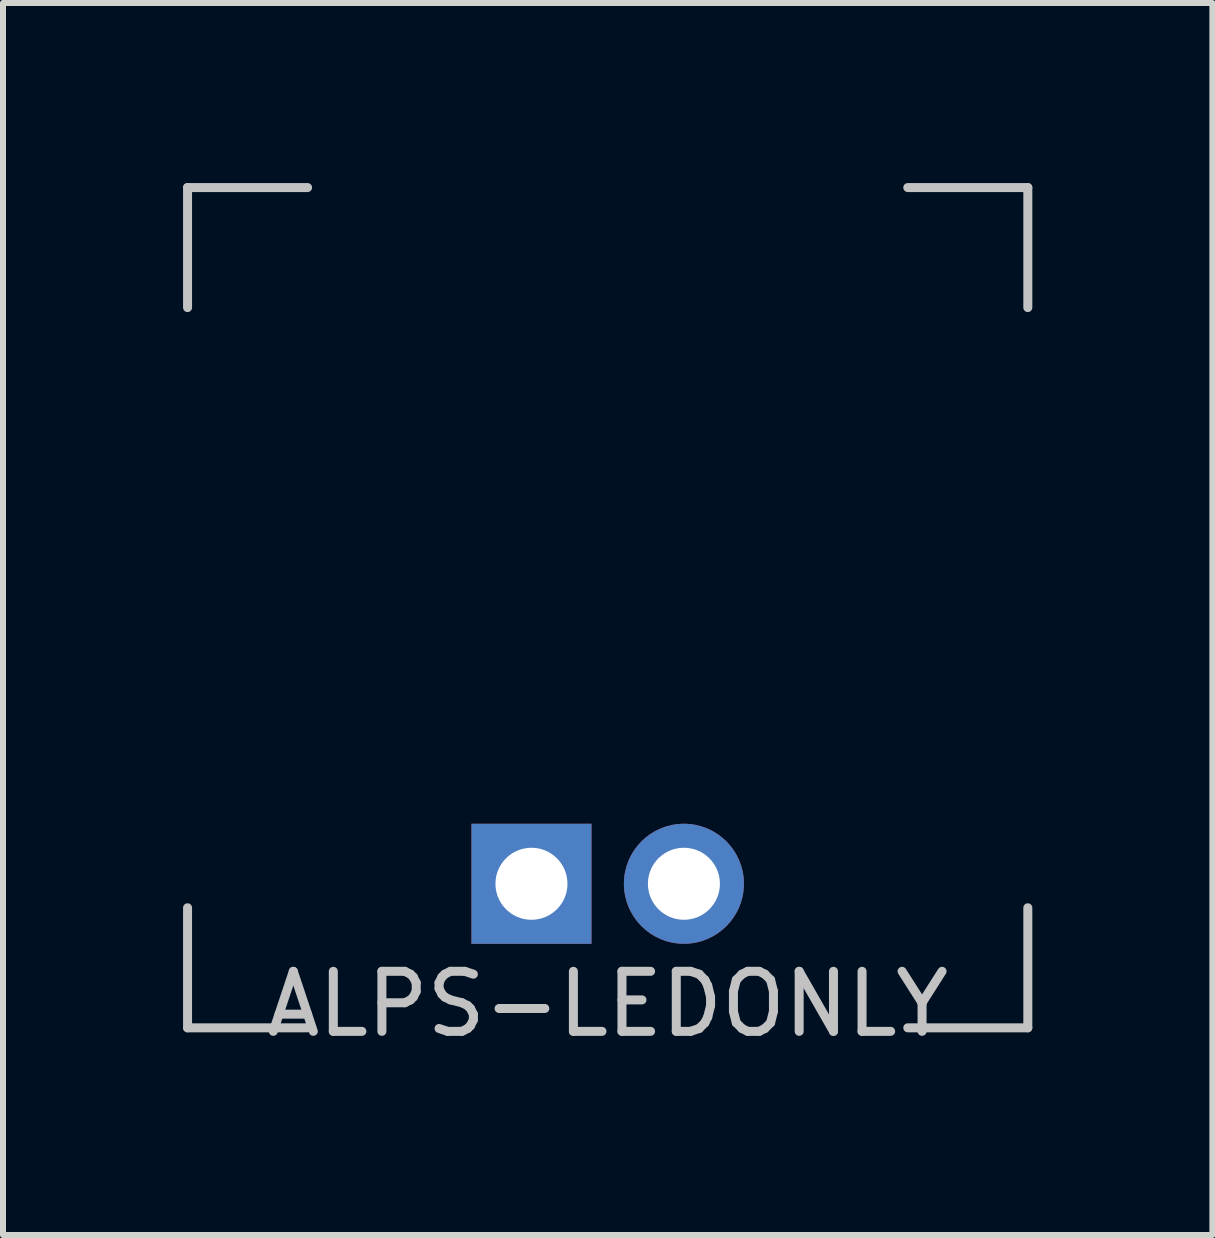
<source format=kicad_pcb>
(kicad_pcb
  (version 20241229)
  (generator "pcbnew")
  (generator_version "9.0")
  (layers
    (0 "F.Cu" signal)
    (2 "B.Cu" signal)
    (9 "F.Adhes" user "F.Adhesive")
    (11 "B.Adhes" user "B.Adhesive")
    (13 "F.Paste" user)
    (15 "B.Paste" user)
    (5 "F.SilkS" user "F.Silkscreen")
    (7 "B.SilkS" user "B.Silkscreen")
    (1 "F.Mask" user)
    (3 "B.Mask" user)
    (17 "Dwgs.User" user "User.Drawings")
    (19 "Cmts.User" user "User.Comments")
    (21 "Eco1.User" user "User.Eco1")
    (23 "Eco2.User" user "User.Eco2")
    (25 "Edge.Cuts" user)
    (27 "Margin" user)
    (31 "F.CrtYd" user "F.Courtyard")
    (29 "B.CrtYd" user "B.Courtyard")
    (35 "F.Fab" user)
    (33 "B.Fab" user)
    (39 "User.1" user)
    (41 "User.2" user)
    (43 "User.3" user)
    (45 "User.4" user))
  (footprint "ALPS-LEDONLY"
    (layer "F.Cu")
    (at 7.075 7.075)
    (property "Reference" "ALPS-LEDONLY" (at 0 6.604 0) (layer "Dwgs.User") (effects (font (size 1 1) (thickness 0.15))))
    (attr through_hole)
    (fp_line (start -7 -7) (end -7 -5) (stroke (width 0.15) (type solid)) (layer "Dwgs.User"))
    (fp_line (start -7 5) (end -7 7) (stroke (width 0.15) (type solid)) (layer "Dwgs.User"))
    (fp_line (start -7 7) (end -5 7) (stroke (width 0.15) (type solid)) (layer "Dwgs.User"))
    (fp_line (start -5 -7) (end -7 -7) (stroke (width 0.15) (type solid)) (layer "Dwgs.User"))
    (fp_line (start 5 -7) (end 7 -7) (stroke (width 0.15) (type solid)) (layer "Dwgs.User"))
    (fp_line (start 5 7) (end 7 7) (stroke (width 0.15) (type solid)) (layer "Dwgs.User"))
    (fp_line (start 7 -7) (end 7 -5) (stroke (width 0.15) (type solid)) (layer "Dwgs.User"))
    (fp_line (start 7 7) (end 7 5) (stroke (width 0.15) (type solid)) (layer "Dwgs.User"))
    (pad "1" thru_hole rect (at -1.27 4.6) (size 2 2) (drill 1.2) (layers "*.Cu" "B.Mask"))
    (pad "2" thru_hole circle (at 1.27 4.6) (size 2 2) (drill 1.2) (layers "*.Cu" "B.Mask")))
  (gr_rect
    (start -3 -3)
    (end 17.15 17.527)
    (stroke (width 0.1) (type default))
    (fill no)
    (layer "Edge.Cuts")))
</source>
